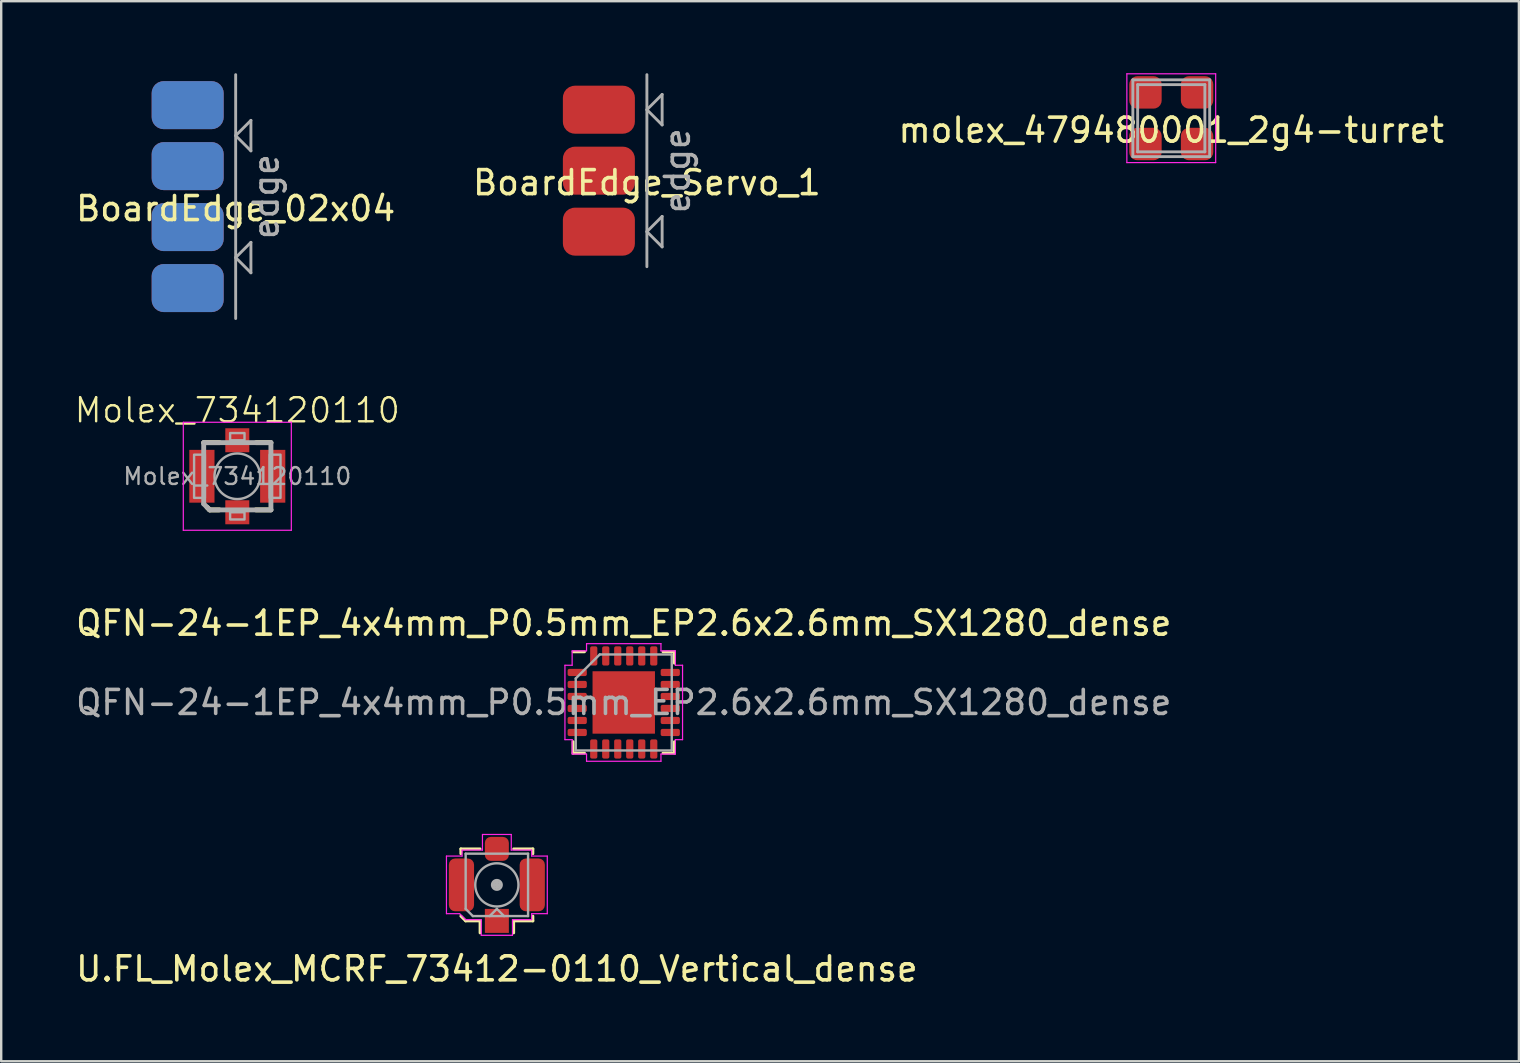
<source format=kicad_pcb>
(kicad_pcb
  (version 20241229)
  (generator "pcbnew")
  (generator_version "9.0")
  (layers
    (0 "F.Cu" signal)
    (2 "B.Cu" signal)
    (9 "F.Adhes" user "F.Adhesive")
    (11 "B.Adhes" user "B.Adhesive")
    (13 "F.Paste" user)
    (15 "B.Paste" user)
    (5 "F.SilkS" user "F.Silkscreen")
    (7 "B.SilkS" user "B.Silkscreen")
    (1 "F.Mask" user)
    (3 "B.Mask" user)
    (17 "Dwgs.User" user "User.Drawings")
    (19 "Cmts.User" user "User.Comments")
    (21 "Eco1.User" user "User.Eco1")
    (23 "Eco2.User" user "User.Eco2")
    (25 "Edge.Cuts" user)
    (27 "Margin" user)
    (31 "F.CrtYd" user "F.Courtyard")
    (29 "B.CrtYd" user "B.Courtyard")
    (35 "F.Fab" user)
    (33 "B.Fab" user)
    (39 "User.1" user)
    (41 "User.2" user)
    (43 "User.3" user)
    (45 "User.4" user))
  (footprint "BoardEdge_Servo_1"
    (layer "F.Cu")
    (at 23.899 4.06)
    (property "Reference" "BoardEdge_Servo_1" (at 0 0.5 0) (layer "F.SilkS") (effects (font (size 1 1) (thickness 0.15))))
    (attr exclude_from_pos_files exclude_from_bom)
    (fp_line (start 0 -4) (end 0 4) (stroke (width 0.12) (type solid)) (layer "F.Fab"))
    (fp_line (start 0 -2.54) (end 0.635 -3.175) (stroke (width 0.12) (type solid)) (layer "F.Fab"))
    (fp_line (start 0 2.54) (end 0.635 1.905) (stroke (width 0.12) (type solid)) (layer "F.Fab"))
    (fp_line (start 0.635 -3.175) (end 0.635 -1.905) (stroke (width 0.12) (type solid)) (layer "F.Fab"))
    (fp_line (start 0.635 -1.905) (end 0 -2.54) (stroke (width 0.12) (type solid)) (layer "F.Fab"))
    (fp_line (start 0.635 1.905) (end 0.635 3.175) (stroke (width 0.12) (type solid)) (layer "F.Fab"))
    (fp_line (start 0.635 3.175) (end 0 2.54) (stroke (width 0.12) (type solid)) (layer "F.Fab"))
    (fp_text user "edge" (at 1.27 0 90) (layer "F.Fab") (effects (font (size 1 1) (thickness 0.15))))
    (pad "1" smd roundrect (at -2 -2.54) (size 3 2) (layers "F.Cu" "F.Mask") (roundrect_rratio 0.25))
    (pad "2" smd roundrect (at -2 0) (size 3 2) (layers "F.Cu" "F.Mask") (roundrect_rratio 0.25))
    (pad "3" smd roundrect (at -2 2.54) (size 3 2) (layers "F.Cu" "F.Mask") (roundrect_rratio 0.25)))
  (footprint "BoardEdge_02x04"
    (layer "F.Cu")
    (at 6.768 5.14)
    (property "Reference" "BoardEdge_02x04" (at 0 0.5 0) (layer "F.SilkS") (effects (font (size 1 1) (thickness 0.15))))
    (attr exclude_from_pos_files exclude_from_bom)
    (fp_line (start 0 -5.08) (end 0 5.08) (stroke (width 0.12) (type solid)) (layer "F.Fab"))
    (fp_line (start 0 -2.54) (end 0.635 -3.175) (stroke (width 0.12) (type solid)) (layer "F.Fab"))
    (fp_line (start 0 2.54) (end 0.635 1.905) (stroke (width 0.12) (type solid)) (layer "F.Fab"))
    (fp_line (start 0.635 -3.175) (end 0.635 -1.905) (stroke (width 0.12) (type solid)) (layer "F.Fab"))
    (fp_line (start 0.635 -1.905) (end 0 -2.54) (stroke (width 0.12) (type solid)) (layer "F.Fab"))
    (fp_line (start 0.635 1.905) (end 0.635 3.175) (stroke (width 0.12) (type solid)) (layer "F.Fab"))
    (fp_line (start 0.635 3.175) (end 0 2.54) (stroke (width 0.12) (type solid)) (layer "F.Fab"))
    (fp_text user "edge" (at 1.27 0 90) (layer "F.Fab") (effects (font (size 1 1) (thickness 0.15))))
    (pad "1" smd roundrect (at -2 -3.81) (size 3 2) (layers "F.Cu" "F.Mask" "F.Paste") (roundrect_rratio 0.25))
    (pad "2" smd roundrect (at -2 -1.27) (size 3 2) (layers "F.Cu" "F.Mask" "F.Paste") (roundrect_rratio 0.25))
    (pad "3" smd roundrect (at -2 1.27) (size 3 2) (layers "F.Cu" "F.Mask" "F.Paste") (roundrect_rratio 0.25))
    (pad "4" smd roundrect (at -2 3.81) (size 3 2) (layers "F.Cu" "F.Mask" "F.Paste") (roundrect_rratio 0.25))
    (pad "5" smd roundrect (at -2 3.81) (size 3 2) (layers "B.Cu" "B.Mask" "B.Paste") (roundrect_rratio 0.25))
    (pad "6" smd roundrect (at -2 1.27) (size 3 2) (layers "B.Cu" "B.Mask" "B.Paste") (roundrect_rratio 0.25))
    (pad "7" smd roundrect (at -2 -1.27) (size 3 2) (layers "B.Cu" "B.Mask" "B.Paste") (roundrect_rratio 0.25))
    (pad "8" smd roundrect (at -2 -3.81) (size 3 2) (layers "B.Cu" "B.Mask" "B.Paste") (roundrect_rratio 0.25)))
  (footprint "Molex_734120110"
    (layer "F.Cu")
    (at 6.836 16.791)
    (property "Reference" "Molex_734120110" (at 0 -2.75 0) (layer "F.SilkS") (effects (font (size 1 1) (thickness 0.1))))
    (attr smd)
    (fp_line (start -1.4 -1.4) (end -0.738 -1.4) (stroke (width 0.203) (type solid)) (layer "F.SilkS"))
    (fp_line (start -1.15 1.4) (end -1.262 1.288) (stroke (width 0.203) (type solid)) (layer "F.SilkS"))
    (fp_line (start -0.75 1.4) (end -1.15 1.4) (stroke (width 0.203) (type solid)) (layer "F.SilkS"))
    (fp_line (start 0.787 -1.4) (end 1.4 -1.4) (stroke (width 0.203) (type solid)) (layer "F.SilkS"))
    (fp_line (start 1.4 1.4) (end 0.775 1.4) (stroke (width 0.203) (type solid)) (layer "F.SilkS"))
    (fp_line (start -2.25 -2.25) (end -2.25 2.25) (stroke (width 0.05) (type solid)) (layer "F.CrtYd"))
    (fp_line (start -2.25 2.25) (end 2.25 2.25) (stroke (width 0.05) (type solid)) (layer "F.CrtYd"))
    (fp_line (start 2.25 -2.25) (end -2.25 -2.25) (stroke (width 0.05) (type solid)) (layer "F.CrtYd"))
    (fp_line (start 2.25 2.25) (end 2.25 -2.25) (stroke (width 0.05) (type solid)) (layer "F.CrtYd"))
    (fp_line (start -1.4 -1.4) (end 1.4 -1.4) (stroke (width 0.203) (type solid)) (layer "F.Fab"))
    (fp_line (start -1.4 1.15) (end -1.4 -1.4) (stroke (width 0.203) (type solid)) (layer "F.Fab"))
    (fp_line (start -1.15 1.4) (end -1.4 1.15) (stroke (width 0.203) (type solid)) (layer "F.Fab"))
    (fp_line (start 1.4 -1.4) (end 1.4 1.4) (stroke (width 0.203) (type solid)) (layer "F.Fab"))
    (fp_line (start 1.4 1.4) (end -1.15 1.4) (stroke (width 0.203) (type solid)) (layer "F.Fab"))
    (fp_circle (center 0 0) (end 0.95 0) (stroke (width 0.102) (type solid)) (fill no) (layer "F.Fab"))
    (fp_poly (pts (xy -1.8 -0.9) (xy -1.35 -0.9) (xy -1.35 0.9) (xy -1.8 0.9)) (stroke (width 0.1) (type solid)) (fill no) (layer "F.Fab"))
    (fp_poly (pts (xy -0.3 -1.8) (xy 0.3 -1.8) (xy 0.3 -1.5) (xy -0.3 -1.5)) (stroke (width 0.1) (type solid)) (fill no) (layer "F.Fab"))
    (fp_poly (pts (xy -0.3 1.5) (xy 0.3 1.5) (xy 0.3 1.8) (xy -0.3 1.8)) (stroke (width 0.1) (type solid)) (fill no) (layer "F.Fab"))
    (fp_poly (pts (xy 1.35 -0.9) (xy 1.8 -0.9) (xy 1.8 0.9) (xy 1.35 0.9)) (stroke (width 0.1) (type solid)) (fill no) (layer "F.Fab"))
    (fp_text user "${REFERENCE}" (at 0 0 0) (layer "F.Fab") (effects (font (size 0.7 0.7) (thickness 0.1))))
    (pad "1" smd rect (at 0 1.5) (size 1 1) (layers "F.Cu" "F.Mask" "F.Paste"))
    (pad "S@1" smd rect (at 0 -1.5) (size 1 1) (layers "F.Cu" "F.Mask" "F.Paste"))
    (pad "S@2" smd rect (at -1.475 0) (size 1.05 2.2) (layers "F.Cu" "F.Mask" "F.Paste"))
    (pad "S@3" smd rect (at 1.475 0) (size 1.05 2.2) (layers "F.Cu" "F.Mask" "F.Paste")))
  (footprint "QFN-24-1EP_4x4mm_P0.5mm_EP2.6x2.6mm_SX1280_dense"
    (layer "F.Cu")
    (at 22.935 26.214)
    (property "Reference" "QFN-24-1EP_4x4mm_P0.5mm_EP2.6x2.6mm_SX1280_dense" (at 0 -3.3 0) (layer "F.SilkS") (effects (font (size 1 1) (thickness 0.15))))
    (attr smd)
    (fp_line (start -2.11 2.11) (end -2.11 1.635) (stroke (width 0.12) (type solid)) (layer "F.SilkS"))
    (fp_line (start -1.635 -2.11) (end -2.11 -2.11) (stroke (width 0.12) (type solid)) (layer "F.SilkS"))
    (fp_line (start -1.635 2.11) (end -2.11 2.11) (stroke (width 0.12) (type solid)) (layer "F.SilkS"))
    (fp_line (start 1.635 -2.11) (end 2.11 -2.11) (stroke (width 0.12) (type solid)) (layer "F.SilkS"))
    (fp_line (start 1.635 2.11) (end 2.11 2.11) (stroke (width 0.12) (type solid)) (layer "F.SilkS"))
    (fp_line (start 2.11 -2.11) (end 2.11 -1.635) (stroke (width 0.12) (type solid)) (layer "F.SilkS"))
    (fp_line (start 2.11 2.11) (end 2.11 1.635) (stroke (width 0.12) (type solid)) (layer "F.SilkS"))
    (fp_line (start -2.45 -1.55) (end -2.45 1.55) (stroke (width 0.05) (type solid)) (layer "F.CrtYd"))
    (fp_line (start -2.45 1.55) (end -2.15 1.55) (stroke (width 0.05) (type solid)) (layer "F.CrtYd"))
    (fp_line (start -2.15 -2.15) (end -2.15 -1.55) (stroke (width 0.05) (type solid)) (layer "F.CrtYd"))
    (fp_line (start -2.15 -1.55) (end -2.45 -1.55) (stroke (width 0.05) (type solid)) (layer "F.CrtYd"))
    (fp_line (start -2.15 1.55) (end -2.15 2.15) (stroke (width 0.05) (type solid)) (layer "F.CrtYd"))
    (fp_line (start -2.15 2.15) (end -1.55 2.15) (stroke (width 0.05) (type solid)) (layer "F.CrtYd"))
    (fp_line (start -1.55 -2.45) (end -1.55 -2.15) (stroke (width 0.05) (type solid)) (layer "F.CrtYd"))
    (fp_line (start -1.55 -2.15) (end -2.15 -2.15) (stroke (width 0.05) (type solid)) (layer "F.CrtYd"))
    (fp_line (start -1.55 2.15) (end -1.55 2.45) (stroke (width 0.05) (type solid)) (layer "F.CrtYd"))
    (fp_line (start -1.55 2.45) (end 1.55 2.45) (stroke (width 0.05) (type solid)) (layer "F.CrtYd"))
    (fp_line (start 1.55 -2.45) (end -1.55 -2.45) (stroke (width 0.05) (type solid)) (layer "F.CrtYd"))
    (fp_line (start 1.55 -2.15) (end 1.55 -2.45) (stroke (width 0.05) (type solid)) (layer "F.CrtYd"))
    (fp_line (start 1.55 2.15) (end 2.15 2.15) (stroke (width 0.05) (type solid)) (layer "F.CrtYd"))
    (fp_line (start 1.55 2.45) (end 1.55 2.15) (stroke (width 0.05) (type solid)) (layer "F.CrtYd"))
    (fp_line (start 2.15 -2.15) (end 1.55 -2.15) (stroke (width 0.05) (type solid)) (layer "F.CrtYd"))
    (fp_line (start 2.15 -1.55) (end 2.15 -2.15) (stroke (width 0.05) (type solid)) (layer "F.CrtYd"))
    (fp_line (start 2.15 1.55) (end 2.45 1.55) (stroke (width 0.05) (type solid)) (layer "F.CrtYd"))
    (fp_line (start 2.15 2.15) (end 2.15 1.55) (stroke (width 0.05) (type solid)) (layer "F.CrtYd"))
    (fp_line (start 2.45 -1.55) (end 2.15 -1.55) (stroke (width 0.05) (type solid)) (layer "F.CrtYd"))
    (fp_line (start 2.45 1.55) (end 2.45 -1.55) (stroke (width 0.05) (type solid)) (layer "F.CrtYd"))
    (fp_line (start -2 -1) (end -1 -2) (stroke (width 0.1) (type solid)) (layer "F.Fab"))
    (fp_line (start -2 2) (end -2 -1) (stroke (width 0.1) (type solid)) (layer "F.Fab"))
    (fp_line (start -1 -2) (end 2 -2) (stroke (width 0.1) (type solid)) (layer "F.Fab"))
    (fp_line (start 2 -2) (end 2 2) (stroke (width 0.1) (type solid)) (layer "F.Fab"))
    (fp_line (start 2 2) (end -2 2) (stroke (width 0.1) (type solid)) (layer "F.Fab"))
    (fp_text user "${REFERENCE}" (at 0 0 0) (layer "F.Fab") (effects (font (size 1 1) (thickness 0.15))))
    (pad "" smd roundrect (at -0.65 -0.65) (size 1.05 1.05) (layers "F.Paste") (roundrect_rratio 0.238))
    (pad "" smd roundrect (at -0.65 0.65) (size 1.05 1.05) (layers "F.Paste") (roundrect_rratio 0.238))
    (pad "" smd roundrect (at 0.65 -0.65) (size 1.05 1.05) (layers "F.Paste") (roundrect_rratio 0.238))
    (pad "" smd roundrect (at 0.65 0.65) (size 1.05 1.05) (layers "F.Paste") (roundrect_rratio 0.238))
    (pad "0" smd rect (at 0 0) (size 2.6 2.6) (layers "F.Cu" "F.Mask"))
    (pad "1" smd roundrect (at -1.938 -1.25) (size 0.8 0.3) (layers "F.Cu" "F.Mask" "F.Paste") (roundrect_rratio 0.25))
    (pad "2" smd roundrect (at -1.938 -0.75) (size 0.8 0.3) (layers "F.Cu" "F.Mask" "F.Paste") (roundrect_rratio 0.25))
    (pad "3" smd roundrect (at -1.938 -0.25) (size 0.8 0.3) (layers "F.Cu" "F.Mask" "F.Paste") (roundrect_rratio 0.25))
    (pad "4" smd roundrect (at -1.938 0.25) (size 0.8 0.3) (layers "F.Cu" "F.Mask" "F.Paste") (roundrect_rratio 0.25))
    (pad "5" smd roundrect (at -1.938 0.75) (size 0.8 0.3) (layers "F.Cu" "F.Mask" "F.Paste") (roundrect_rratio 0.25))
    (pad "6" smd roundrect (at -1.938 1.25) (size 0.8 0.3) (layers "F.Cu" "F.Mask" "F.Paste") (roundrect_rratio 0.25))
    (pad "7" smd roundrect (at -1.25 1.938) (size 0.3 0.8) (layers "F.Cu" "F.Mask" "F.Paste") (roundrect_rratio 0.25))
    (pad "8" smd roundrect (at -0.75 1.938) (size 0.3 0.8) (layers "F.Cu" "F.Mask" "F.Paste") (roundrect_rratio 0.25))
    (pad "9" smd roundrect (at -0.25 1.938) (size 0.3 0.8) (layers "F.Cu" "F.Mask" "F.Paste") (roundrect_rratio 0.25))
    (pad "10" smd roundrect (at 0.25 1.938) (size 0.3 0.8) (layers "F.Cu" "F.Mask" "F.Paste") (roundrect_rratio 0.25))
    (pad "11" smd roundrect (at 0.75 1.938) (size 0.3 0.8) (layers "F.Cu" "F.Mask" "F.Paste") (roundrect_rratio 0.25))
    (pad "12" smd roundrect (at 1.25 1.938) (size 0.3 0.8) (layers "F.Cu" "F.Mask" "F.Paste") (roundrect_rratio 0.25))
    (pad "13" smd roundrect (at 1.938 1.25) (size 0.8 0.3) (layers "F.Cu" "F.Mask" "F.Paste") (roundrect_rratio 0.25))
    (pad "14" smd roundrect (at 1.938 0.75) (size 0.8 0.3) (layers "F.Cu" "F.Mask" "F.Paste") (roundrect_rratio 0.25))
    (pad "15" smd roundrect (at 1.938 0.25) (size 0.8 0.3) (layers "F.Cu" "F.Mask" "F.Paste") (roundrect_rratio 0.25))
    (pad "16" smd roundrect (at 1.938 -0.25) (size 0.8 0.3) (layers "F.Cu" "F.Mask" "F.Paste") (roundrect_rratio 0.25))
    (pad "17" smd roundrect (at 1.938 -0.75) (size 0.8 0.3) (layers "F.Cu" "F.Mask" "F.Paste") (roundrect_rratio 0.25))
    (pad "18" smd roundrect (at 1.938 -1.25) (size 0.8 0.3) (layers "F.Cu" "F.Mask" "F.Paste") (roundrect_rratio 0.25))
    (pad "19" smd roundrect (at 1.25 -1.938) (size 0.3 0.8) (layers "F.Cu" "F.Mask" "F.Paste") (roundrect_rratio 0.25))
    (pad "20" smd roundrect (at 0.75 -1.938) (size 0.3 0.8) (layers "F.Cu" "F.Mask" "F.Paste") (roundrect_rratio 0.25))
    (pad "21" smd roundrect (at 0.25 -1.938) (size 0.3 0.8) (layers "F.Cu" "F.Mask" "F.Paste") (roundrect_rratio 0.25))
    (pad "22" smd roundrect (at -0.25 -1.938) (size 0.3 0.8) (layers "F.Cu" "F.Mask" "F.Paste") (roundrect_rratio 0.25))
    (pad "23" smd roundrect (at -0.75 -1.938) (size 0.3 0.8) (layers "F.Cu" "F.Mask" "F.Paste") (roundrect_rratio 0.25))
    (pad "24" smd roundrect (at -1.25 -1.938) (size 0.3 0.8) (layers "F.Cu" "F.Mask" "F.Paste") (roundrect_rratio 0.25)))
  (footprint "molex_479480001_2g4-turret"
    (layer "F.Cu")
    (at 45.744 1.875)
    (property "Reference" "molex_479480001_2g4-turret" (at 0 0.5 0) (layer "F.SilkS") (effects (font (size 1 1) (thickness 0.15))))
    (attr smd)
    (fp_line (start -1.85 -1.85) (end 1.85 -1.85) (stroke (width 0.05) (type solid)) (layer "F.CrtYd"))
    (fp_line (start -1.85 1.85) (end -1.85 -1.85) (stroke (width 0.05) (type solid)) (layer "F.CrtYd"))
    (fp_line (start 1.85 -1.85) (end 1.85 1.85) (stroke (width 0.05) (type solid)) (layer "F.CrtYd"))
    (fp_line (start 1.85 1.85) (end -1.85 1.85) (stroke (width 0.05) (type solid)) (layer "F.CrtYd"))
    (fp_line (start -1.6 -1.6) (end 1.6 -1.6) (stroke (width 0.12) (type solid)) (layer "F.Fab"))
    (fp_line (start -1.6 1.6) (end -1.6 -1.6) (stroke (width 0.12) (type solid)) (layer "F.Fab"))
    (fp_line (start -1.4 -1.4) (end 1.4 -1.4) (stroke (width 0.12) (type solid)) (layer "F.Fab"))
    (fp_line (start -1.4 1.4) (end -1.4 -1.4) (stroke (width 0.12) (type solid)) (layer "F.Fab"))
    (fp_line (start 1.4 -1.4) (end 1.4 1.4) (stroke (width 0.12) (type solid)) (layer "F.Fab"))
    (fp_line (start 1.4 1.4) (end -1.4 1.4) (stroke (width 0.12) (type solid)) (layer "F.Fab"))
    (fp_line (start 1.6 -1.6) (end 1.6 1.6) (stroke (width 0.12) (type solid)) (layer "F.Fab"))
    (fp_line (start 1.6 1.6) (end -1.6 1.6) (stroke (width 0.12) (type solid)) (layer "F.Fab"))
    (pad "1" smd roundrect (at -1.075 1.075) (size 1.35 1.35) (layers "F.Cu" "F.Mask" "F.Paste") (roundrect_rratio 0.25))
    (pad "2" smd roundrect (at -1.075 -1.075) (size 1.35 1.35) (layers "F.Cu" "F.Mask" "F.Paste") (roundrect_rratio 0.25))
    (pad "2" smd roundrect (at 1.075 -1.075) (size 1.35 1.35) (layers "F.Cu" "F.Mask" "F.Paste") (roundrect_rratio 0.25))
    (pad "2" smd roundrect (at 1.075 1.075) (size 1.35 1.35) (layers "F.Cu" "F.Mask" "F.Paste") (roundrect_rratio 0.25)))
  (footprint "U.FL_Molex_MCRF_73412-0110_Vertical_dense"
    (layer "F.Cu")
    (at 17.649 33.814)
    (property "Reference" "U.FL_Molex_MCRF_73412-0110_Vertical_dense" (at 0 3.5 180) (layer "F.SilkS") (effects (font (size 1 1) (thickness 0.15))))
    (attr smd)
    (fp_line (start -1.5 -1.5) (end -0.7 -1.5) (stroke (width 0.12) (type solid)) (layer "F.SilkS"))
    (fp_line (start -1.5 -1.3) (end -1.5 -1.5) (stroke (width 0.12) (type solid)) (layer "F.SilkS"))
    (fp_line (start -1.3 1.5) (end -1.5 1.3) (stroke (width 0.12) (type solid)) (layer "F.SilkS"))
    (fp_line (start -0.7 1.5) (end -1.3 1.5) (stroke (width 0.12) (type solid)) (layer "F.SilkS"))
    (fp_line (start -0.7 1.5) (end -0.7 2) (stroke (width 0.12) (type solid)) (layer "F.SilkS"))
    (fp_line (start 0.7 -1.5) (end 1.5 -1.5) (stroke (width 0.12) (type solid)) (layer "F.SilkS"))
    (fp_line (start 0.7 1.5) (end 0.7 2) (stroke (width 0.12) (type solid)) (layer "F.SilkS"))
    (fp_line (start 1.5 -1.5) (end 1.5 -1.3) (stroke (width 0.12) (type solid)) (layer "F.SilkS"))
    (fp_line (start 1.5 1.3) (end 1.5 1.5) (stroke (width 0.12) (type solid)) (layer "F.SilkS"))
    (fp_line (start 1.5 1.5) (end 0.7 1.5) (stroke (width 0.12) (type solid)) (layer "F.SilkS"))
    (fp_line (start -2.1 -1.2) (end -2.1 1.2) (stroke (width 0.05) (type solid)) (layer "F.CrtYd"))
    (fp_line (start -2.1 1.2) (end -1.55 1.2) (stroke (width 0.05) (type solid)) (layer "F.CrtYd"))
    (fp_line (start -1.55 1.2) (end -1.3 1.45) (stroke (width 0.05) (type solid)) (layer "F.CrtYd"))
    (fp_line (start -1.45 -1.45) (end -1.45 -1.2) (stroke (width 0.05) (type solid)) (layer "F.CrtYd"))
    (fp_line (start -1.45 -1.2) (end -2.1 -1.2) (stroke (width 0.05) (type solid)) (layer "F.CrtYd"))
    (fp_line (start -1.3 1.45) (end -0.65 1.45) (stroke (width 0.05) (type solid)) (layer "F.CrtYd"))
    (fp_line (start -0.65 1.45) (end -0.65 2.1) (stroke (width 0.05) (type solid)) (layer "F.CrtYd"))
    (fp_line (start -0.65 2.1) (end 0.65 2.1) (stroke (width 0.05) (type solid)) (layer "F.CrtYd"))
    (fp_line (start -0.6 -2.1) (end -0.6 -1.45) (stroke (width 0.05) (type solid)) (layer "F.CrtYd"))
    (fp_line (start -0.6 -1.45) (end -1.45 -1.45) (stroke (width 0.05) (type solid)) (layer "F.CrtYd"))
    (fp_line (start 0.6 -2.1) (end -0.6 -2.1) (stroke (width 0.05) (type solid)) (layer "F.CrtYd"))
    (fp_line (start 0.6 -1.45) (end 0.6 -2.1) (stroke (width 0.05) (type solid)) (layer "F.CrtYd"))
    (fp_line (start 0.65 1.45) (end 1.45 1.45) (stroke (width 0.05) (type solid)) (layer "F.CrtYd"))
    (fp_line (start 0.65 2.1) (end 0.65 1.45) (stroke (width 0.05) (type solid)) (layer "F.CrtYd"))
    (fp_line (start 1.45 -1.45) (end 0.6 -1.45) (stroke (width 0.05) (type solid)) (layer "F.CrtYd"))
    (fp_line (start 1.45 -1.2) (end 1.45 -1.45) (stroke (width 0.05) (type solid)) (layer "F.CrtYd"))
    (fp_line (start 1.45 1.2) (end 2.1 1.2) (stroke (width 0.05) (type solid)) (layer "F.CrtYd"))
    (fp_line (start 1.45 1.45) (end 1.45 1.2) (stroke (width 0.05) (type solid)) (layer "F.CrtYd"))
    (fp_line (start 2.1 -1.2) (end 1.45 -1.2) (stroke (width 0.05) (type solid)) (layer "F.CrtYd"))
    (fp_line (start 2.1 1.2) (end 2.1 -1.2) (stroke (width 0.05) (type solid)) (layer "F.CrtYd"))
    (fp_line (start -1.3 -1.3) (end -1.3 1) (stroke (width 0.1) (type solid)) (layer "F.Fab"))
    (fp_line (start -1.3 -1.3) (end 1.3 -1.3) (stroke (width 0.1) (type solid)) (layer "F.Fab"))
    (fp_line (start -1.3 1) (end -1 1.3) (stroke (width 0.1) (type solid)) (layer "F.Fab"))
    (fp_line (start -1 1.3) (end 1.3 1.3) (stroke (width 0.1) (type solid)) (layer "F.Fab"))
    (fp_line (start -0.3 1.3) (end 0 1) (stroke (width 0.1) (type solid)) (layer "F.Fab"))
    (fp_line (start 0 1) (end 0.3 1.3) (stroke (width 0.1) (type solid)) (layer "F.Fab"))
    (fp_line (start 1.3 -1.3) (end 1.3 1.3) (stroke (width 0.1) (type solid)) (layer "F.Fab"))
    (fp_circle (center 0 0) (end 0 0.05) (stroke (width 0.1) (type solid)) (fill no) (layer "F.Fab"))
    (fp_circle (center 0 0) (end 0 0.125) (stroke (width 0.1) (type solid)) (fill no) (layer "F.Fab"))
    (fp_circle (center 0 0) (end 0 0.2) (stroke (width 0.1) (type solid)) (fill no) (layer "F.Fab"))
    (fp_circle (center 0 0) (end 0.9 0) (stroke (width 0.1) (type solid)) (fill no) (layer "F.Fab"))
    (pad "1" smd rect (at 0 1.5) (size 1 1) (layers "F.Cu" "F.Mask" "F.Paste"))
    (pad "2" smd roundrect (at -1.475 0) (size 1.05 2.2) (layers "F.Cu" "F.Mask" "F.Paste") (roundrect_rratio 0.25))
    (pad "2" smd roundrect (at 0 -1.5) (size 1 1) (layers "F.Cu" "F.Mask" "F.Paste") (roundrect_rratio 0.25))
    (pad "2" smd roundrect (at 1.475 0) (size 1.05 2.2) (layers "F.Cu" "F.Mask" "F.Paste") (roundrect_rratio 0.25)))
  (gr_rect
    (start -3 -3)
    (end 60.226 41.162)
    (stroke (width 0.1) (type default))
    (fill no)
    (layer "Edge.Cuts")))
</source>
